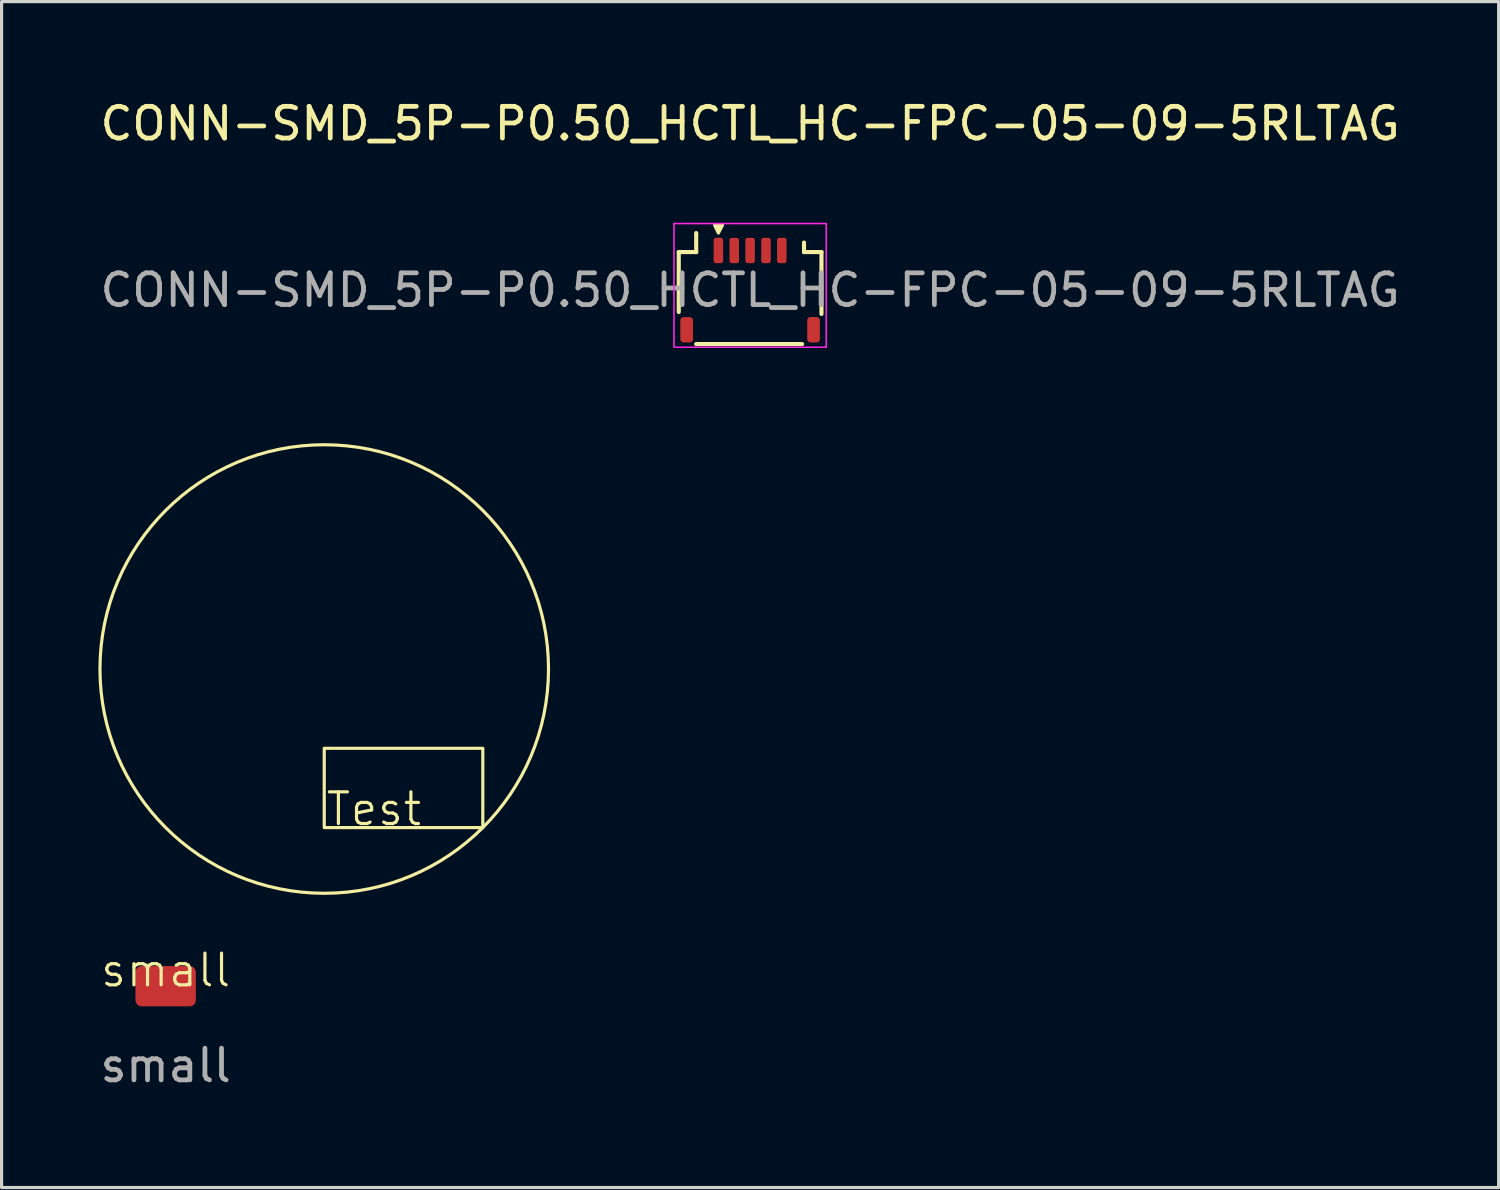
<source format=kicad_pcb>
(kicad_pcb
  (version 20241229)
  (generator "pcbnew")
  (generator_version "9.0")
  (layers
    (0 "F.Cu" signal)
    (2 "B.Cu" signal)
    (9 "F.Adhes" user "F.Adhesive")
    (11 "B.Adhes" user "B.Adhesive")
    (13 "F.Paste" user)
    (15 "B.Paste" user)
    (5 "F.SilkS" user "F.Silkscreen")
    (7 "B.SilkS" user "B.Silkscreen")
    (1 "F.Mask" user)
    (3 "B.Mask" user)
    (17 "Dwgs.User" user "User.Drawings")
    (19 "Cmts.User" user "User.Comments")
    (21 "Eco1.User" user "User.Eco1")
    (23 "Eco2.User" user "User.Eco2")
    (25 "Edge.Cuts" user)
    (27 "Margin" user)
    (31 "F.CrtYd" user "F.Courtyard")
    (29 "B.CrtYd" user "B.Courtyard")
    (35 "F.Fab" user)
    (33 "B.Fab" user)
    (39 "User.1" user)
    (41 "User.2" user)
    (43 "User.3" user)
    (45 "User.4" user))
  (footprint "small"
    (layer "F.Cu")
    (at 2.173 28.044)
    (property "Reference" "small" (at 0 -0.5 0) (unlocked yes) (layer "F.SilkS") (effects (font (size 1 1) (thickness 0.1))))
    (attr smd)
    (fp_rect (start 5 -7.5) (end 10 -5) (stroke (width 0.1) (type default)) (fill no) (layer "F.SilkS"))
    (fp_circle (center 5 -10) (end 10 -15) (stroke (width 0.1) (type default)) (fill no) (layer "F.SilkS"))
    (fp_text user "Test" (at 5 -5 0) (unlocked yes) (layer "F.SilkS") (effects (font (size 1 1) (thickness 0.1)) (justify left bottom)))
    (fp_text user "${REFERENCE}" (at 0 2.5 0) (unlocked yes) (layer "F.Fab") (effects (font (size 1 1) (thickness 0.15))))
    (pad "1" smd roundrect (at 0 0) (size 1.905 1.27) (layers "F.Cu" "F.Mask" "F.Paste") (roundrect_rratio 0.15)))
  (footprint "CONN-SMD_5P-P0.50_HCTL_HC-FPC-05-09-5RLTAG"
    (layer "F.Cu")
    (at 20.601 6.098)
    (property "Reference" "CONN-SMD_5P-P0.50_HCTL_HC-FPC-05-09-5RLTAG" (at 0 -5.25 0) (layer "F.SilkS") (effects (font (size 1 1) (thickness 0.15))))
    (attr smd)
    (fp_line (start -2.25 -1.2) (end -2.25 0.69) (stroke (width 0.13) (type solid)) (layer "F.SilkS"))
    (fp_line (start -1.7 -1.8) (end -1.7 -1.2) (stroke (width 0.13) (type solid)) (layer "F.SilkS"))
    (fp_line (start -1.7 -1.2) (end -2.25 -1.2) (stroke (width 0.13) (type solid)) (layer "F.SilkS"))
    (fp_line (start -1.7 1.7) (end 1.64 1.7) (stroke (width 0.13) (type solid)) (layer "F.SilkS"))
    (fp_line (start 1.7 -1.2) (end 1.7 -1.5) (stroke (width 0.13) (type solid)) (layer "F.SilkS"))
    (fp_line (start 2.25 -1.2) (end 1.7 -1.2) (stroke (width 0.13) (type solid)) (layer "F.SilkS"))
    (fp_line (start 2.25 0.75) (end 2.25 -1.2) (stroke (width 0.13) (type solid)) (layer "F.SilkS"))
    (fp_poly (pts (xy -1 -1.8) (xy -1.12 -2.05) (xy -0.87 -2.05)) (stroke (width 0.1) (type solid)) (fill yes) (layer "F.SilkS"))
    (fp_rect (start -2.4 -2.1) (end 2.4 1.8) (stroke (width 0.05) (type default)) (fill no) (layer "F.CrtYd"))
    (fp_text user "${REFERENCE}" (at 0 0 0) (layer "F.Fab") (effects (font (size 1 1) (thickness 0.15))))
    (pad "1" smd roundrect (at -1 -1.25) (size 0.3 0.8) (layers "F.Cu" "F.Mask" "F.Paste") (roundrect_rratio 0.25))
    (pad "2" smd roundrect (at -0.5 -1.25) (size 0.3 0.8) (layers "F.Cu" "F.Mask" "F.Paste") (roundrect_rratio 0.25))
    (pad "3" smd roundrect (at 0 -1.25) (size 0.3 0.8) (layers "F.Cu" "F.Mask" "F.Paste") (roundrect_rratio 0.25))
    (pad "4" smd roundrect (at 0.5 -1.25) (size 0.3 0.8) (layers "F.Cu" "F.Mask" "F.Paste") (roundrect_rratio 0.25))
    (pad "5" smd roundrect (at 1 -1.25) (size 0.3 0.8) (layers "F.Cu" "F.Mask" "F.Paste") (roundrect_rratio 0.25))
    (pad "MP" smd roundrect (at -2 1.25) (size 0.4 0.8) (layers "F.Cu" "F.Mask" "F.Paste") (roundrect_rratio 0.25))
    (pad "MP" smd roundrect (at 2 1.25) (size 0.4 0.8) (layers "F.Cu" "F.Mask" "F.Paste") (roundrect_rratio 0.25)))
  (gr_rect
    (start -3 -3)
    (end 44.202 34.393)
    (stroke (width 0.1) (type default))
    (fill no)
    (layer "Edge.Cuts")))
</source>
